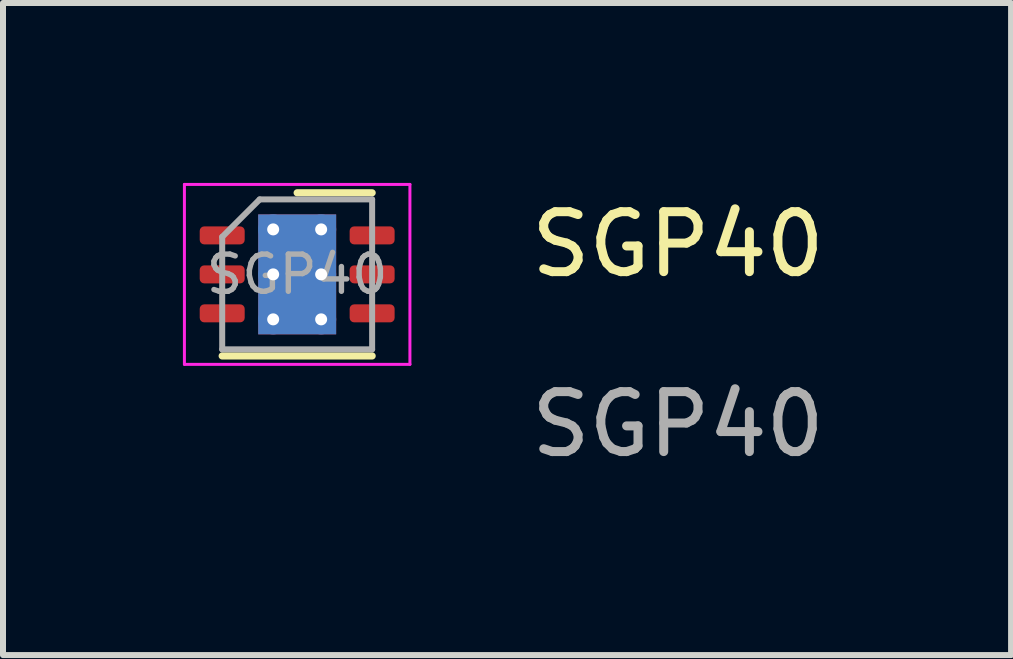
<source format=kicad_pcb>
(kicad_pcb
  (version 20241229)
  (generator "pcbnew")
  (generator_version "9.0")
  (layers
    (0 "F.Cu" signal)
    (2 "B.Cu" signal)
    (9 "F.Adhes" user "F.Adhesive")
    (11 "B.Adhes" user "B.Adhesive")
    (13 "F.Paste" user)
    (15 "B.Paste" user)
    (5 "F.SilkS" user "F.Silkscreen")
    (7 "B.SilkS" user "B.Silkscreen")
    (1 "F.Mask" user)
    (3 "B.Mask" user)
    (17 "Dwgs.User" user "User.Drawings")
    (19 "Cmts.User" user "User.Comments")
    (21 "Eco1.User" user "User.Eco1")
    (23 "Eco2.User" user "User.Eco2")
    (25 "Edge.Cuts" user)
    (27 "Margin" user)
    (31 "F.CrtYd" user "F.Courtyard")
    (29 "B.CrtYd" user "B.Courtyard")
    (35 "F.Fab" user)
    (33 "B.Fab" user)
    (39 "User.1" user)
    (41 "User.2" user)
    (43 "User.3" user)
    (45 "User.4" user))
  (footprint "SGP40"
    (layer "F.Cu")
    (at 2.215 1.39)
    (property "Reference" "SGP40" (at 6.04 -0.365 0) (unlocked yes) (layer "F.SilkS") (effects (font (size 1 1) (thickness 0.15))))
    (attr smd)
    (fp_line (start -1.56 1.495) (end 0.94 1.495) (stroke (width 0.12) (type solid)) (layer "F.SilkS"))
    (fp_line (start -0.31 -1.225) (end 0.94 -1.225) (stroke (width 0.12) (type solid)) (layer "F.SilkS"))
    (fp_line (start -2.19 -1.365) (end -2.19 1.635) (stroke (width 0.05) (type solid)) (layer "F.CrtYd"))
    (fp_line (start -2.19 1.635) (end 1.57 1.635) (stroke (width 0.05) (type solid)) (layer "F.CrtYd"))
    (fp_line (start 1.57 -1.365) (end -2.19 -1.365) (stroke (width 0.05) (type solid)) (layer "F.CrtYd"))
    (fp_line (start 1.57 1.635) (end 1.57 -1.365) (stroke (width 0.05) (type solid)) (layer "F.CrtYd"))
    (fp_line (start -1.56 -0.49) (end -0.935 -1.115) (stroke (width 0.1) (type solid)) (layer "F.Fab"))
    (fp_line (start -1.56 1.385) (end -1.56 -0.49) (stroke (width 0.1) (type solid)) (layer "F.Fab"))
    (fp_line (start -0.935 -1.115) (end 0.94 -1.115) (stroke (width 0.1) (type solid)) (layer "F.Fab"))
    (fp_line (start 0.94 -1.115) (end 0.94 1.385) (stroke (width 0.1) (type solid)) (layer "F.Fab"))
    (fp_line (start 0.94 1.385) (end -1.56 1.385) (stroke (width 0.1) (type solid)) (layer "F.Fab"))
    (fp_text user "${REFERENCE}" (at -0.31 0.135 0) (layer "F.Fab") (effects (font (size 0.62 0.62) (thickness 0.09))))
    (fp_text user "${REFERENCE}" (at 6.04 2.635 0) (unlocked yes) (layer "F.Fab") (effects (font (size 1 1) (thickness 0.15))))
    (pad "" smd roundrect (at -0.635 -0.365) (size 0.56 0.87) (layers "F.Paste") (roundrect_rratio 0.25))
    (pad "" smd roundrect (at -0.635 0.635) (size 0.56 0.87) (layers "F.Paste") (roundrect_rratio 0.25))
    (pad "" smd roundrect (at 0.015 -0.365) (size 0.56 0.87) (layers "F.Paste") (roundrect_rratio 0.25))
    (pad "" smd roundrect (at 0.015 0.635) (size 0.56 0.87) (layers "F.Paste") (roundrect_rratio 0.25))
    (pad "1" smd roundrect (at -1.56 -0.515) (size 0.75 0.3) (layers "F.Cu" "F.Mask" "F.Paste") (roundrect_rratio 0.25))
    (pad "2" smd roundrect (at -1.56 0.135) (size 0.75 0.3) (layers "F.Cu" "F.Mask" "F.Paste") (roundrect_rratio 0.25))
    (pad "3" smd roundrect (at -1.56 0.785) (size 0.75 0.3) (layers "F.Cu" "F.Mask" "F.Paste") (roundrect_rratio 0.25))
    (pad "4" smd roundrect (at 0.94 0.785) (size 0.75 0.3) (layers "F.Cu" "F.Mask" "F.Paste") (roundrect_rratio 0.25))
    (pad "5" smd roundrect (at 0.94 0.135) (size 0.75 0.3) (layers "F.Cu" "F.Mask" "F.Paste") (roundrect_rratio 0.25))
    (pad "6" smd roundrect (at 0.94 -0.515) (size 0.75 0.3) (layers "F.Cu" "F.Mask" "F.Paste") (roundrect_rratio 0.25))
    (pad "7" thru_hole circle (at -0.71 -0.615) (size 0.5 0.5) (drill 0.2) (layers "*.Cu"))
    (pad "7" thru_hole circle (at -0.71 0.135) (size 0.5 0.5) (drill 0.2) (layers "*.Cu"))
    (pad "7" thru_hole circle (at -0.71 0.885) (size 0.5 0.5) (drill 0.2) (layers "*.Cu"))
    (pad "7" smd rect (at -0.31 0.135) (size 1.3 2) (layers "F.Cu" "F.Mask"))
    (pad "7" smd rect (at -0.31 0.135) (size 1.3 2) (layers "B.Cu"))
    (pad "7" thru_hole circle (at 0.09 -0.615) (size 0.5 0.5) (drill 0.2) (layers "*.Cu"))
    (pad "7" thru_hole circle (at 0.09 0.135) (size 0.5 0.5) (drill 0.2) (layers "*.Cu"))
    (pad "7" thru_hole circle (at 0.09 0.885) (size 0.5 0.5) (drill 0.2) (layers "*.Cu")))
  (gr_rect
    (start -3 -3)
    (end 13.809 7.873)
    (stroke (width 0.1) (type default))
    (fill no)
    (layer "Edge.Cuts")))
</source>
